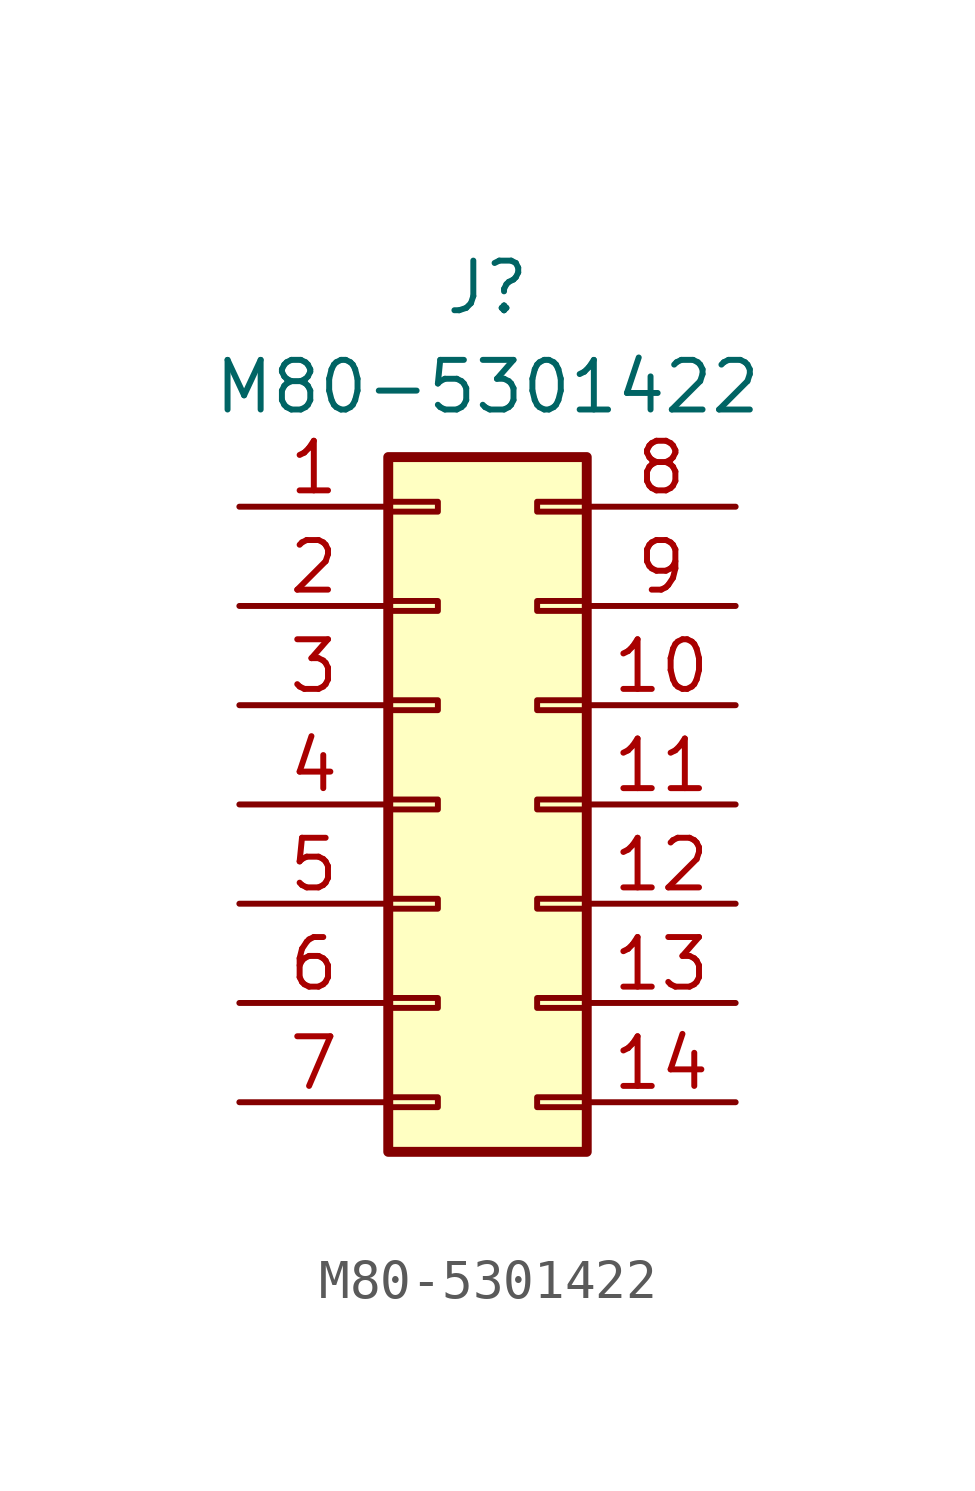
<source format=kicad_sym>
(kicad_symbol_lib
  (version 20220914)
  (generator kicad_symbol_editor)
  (symbol "M80-5301422"
    (property "Reference" "J"
      (at 0 13.97 0)
      (effects (font (size 1.27 1.27)) (justify top)))
    (property "Value" "M80-5301422"
      (at 0 11.43 0)
      (effects (font (size 1.27 1.27)) (justify top)))
    (symbol "M80-5301422_1_1"
      (rectangle (start -2.54 -7.493) (end -1.27 -7.747) (stroke (width 0.152) (type default)) (fill (type none)))
      (rectangle (start -2.54 -4.953) (end -1.27 -5.207) (stroke (width 0.152) (type default)) (fill (type none)))
      (rectangle (start -2.54 -2.413) (end -1.27 -2.667) (stroke (width 0.152) (type default)) (fill (type none)))
      (rectangle (start -2.54 0.127) (end -1.27 -0.127) (stroke (width 0.152) (type default)) (fill (type none)))
      (rectangle (start -2.54 2.667) (end -1.27 2.413) (stroke (width 0.152) (type default)) (fill (type none)))
      (rectangle (start -2.54 5.207) (end -1.27 4.953) (stroke (width 0.152) (type default)) (fill (type none)))
      (rectangle (start -2.54 7.747) (end -1.27 7.493) (stroke (width 0.152) (type default)) (fill (type none)))
      (rectangle (start -2.54 8.89) (end 2.54 -8.89) (stroke (width 0.254) (type default)) (fill (type background)))
      (rectangle (start 2.54 -7.493) (end 1.27 -7.747) (stroke (width 0.152) (type default)) (fill (type none)))
      (rectangle (start 2.54 -4.953) (end 1.27 -5.207) (stroke (width 0.152) (type default)) (fill (type none)))
      (rectangle (start 2.54 -2.413) (end 1.27 -2.667) (stroke (width 0.152) (type default)) (fill (type none)))
      (rectangle (start 2.54 0.127) (end 1.27 -0.127) (stroke (width 0.152) (type default)) (fill (type none)))
      (rectangle (start 2.54 2.667) (end 1.27 2.413) (stroke (width 0.152) (type default)) (fill (type none)))
      (rectangle (start 2.54 5.207) (end 1.27 4.953) (stroke (width 0.152) (type default)) (fill (type none)))
      (rectangle (start 2.54 7.747) (end 1.27 7.493) (stroke (width 0.152) (type default)) (fill (type none)))
      (pin passive line (at -6.35 7.62 0) (length 3.81) (name "" (effects (font (size 1.27 1.27)))) (number "1" (effects (font (size 1.27 1.27)))))
      (pin passive line (at 6.35 2.54 180) (length 3.81) (name "" (effects (font (size 1.27 1.27)))) (number "10" (effects (font (size 1.27 1.27)))))
      (pin passive line (at 6.35 0 180) (length 3.81) (name "" (effects (font (size 1.27 1.27)))) (number "11" (effects (font (size 1.27 1.27)))))
      (pin passive line (at 6.35 -2.54 180) (length 3.81) (name "" (effects (font (size 1.27 1.27)))) (number "12" (effects (font (size 1.27 1.27)))))
      (pin passive line (at 6.35 -5.08 180) (length 3.81) (name "" (effects (font (size 1.27 1.27)))) (number "13" (effects (font (size 1.27 1.27)))))
      (pin passive line (at 6.35 -7.62 180) (length 3.81) (name "" (effects (font (size 1.27 1.27)))) (number "14" (effects (font (size 1.27 1.27)))))
      (pin passive line (at -6.35 5.08 0) (length 3.81) (name "" (effects (font (size 1.27 1.27)))) (number "2" (effects (font (size 1.27 1.27)))))
      (pin passive line (at -6.35 2.54 0) (length 3.81) (name "" (effects (font (size 1.27 1.27)))) (number "3" (effects (font (size 1.27 1.27)))))
      (pin passive line (at -6.35 0 0) (length 3.81) (name "" (effects (font (size 1.27 1.27)))) (number "4" (effects (font (size 1.27 1.27)))))
      (pin passive line (at -6.35 -2.54 0) (length 3.81) (name "" (effects (font (size 1.27 1.27)))) (number "5" (effects (font (size 1.27 1.27)))))
      (pin passive line (at -6.35 -5.08 0) (length 3.81) (name "" (effects (font (size 1.27 1.27)))) (number "6" (effects (font (size 1.27 1.27)))))
      (pin passive line (at -6.35 -7.62 0) (length 3.81) (name "" (effects (font (size 1.27 1.27)))) (number "7" (effects (font (size 1.27 1.27)))))
      (pin passive line (at 6.35 7.62 180) (length 3.81) (name "" (effects (font (size 1.27 1.27)))) (number "8" (effects (font (size 1.27 1.27)))))
      (pin passive line (at 6.35 5.08 180) (length 3.81) (name "" (effects (font (size 1.27 1.27)))) (number "9" (effects (font (size 1.27 1.27))))))))
</source>
